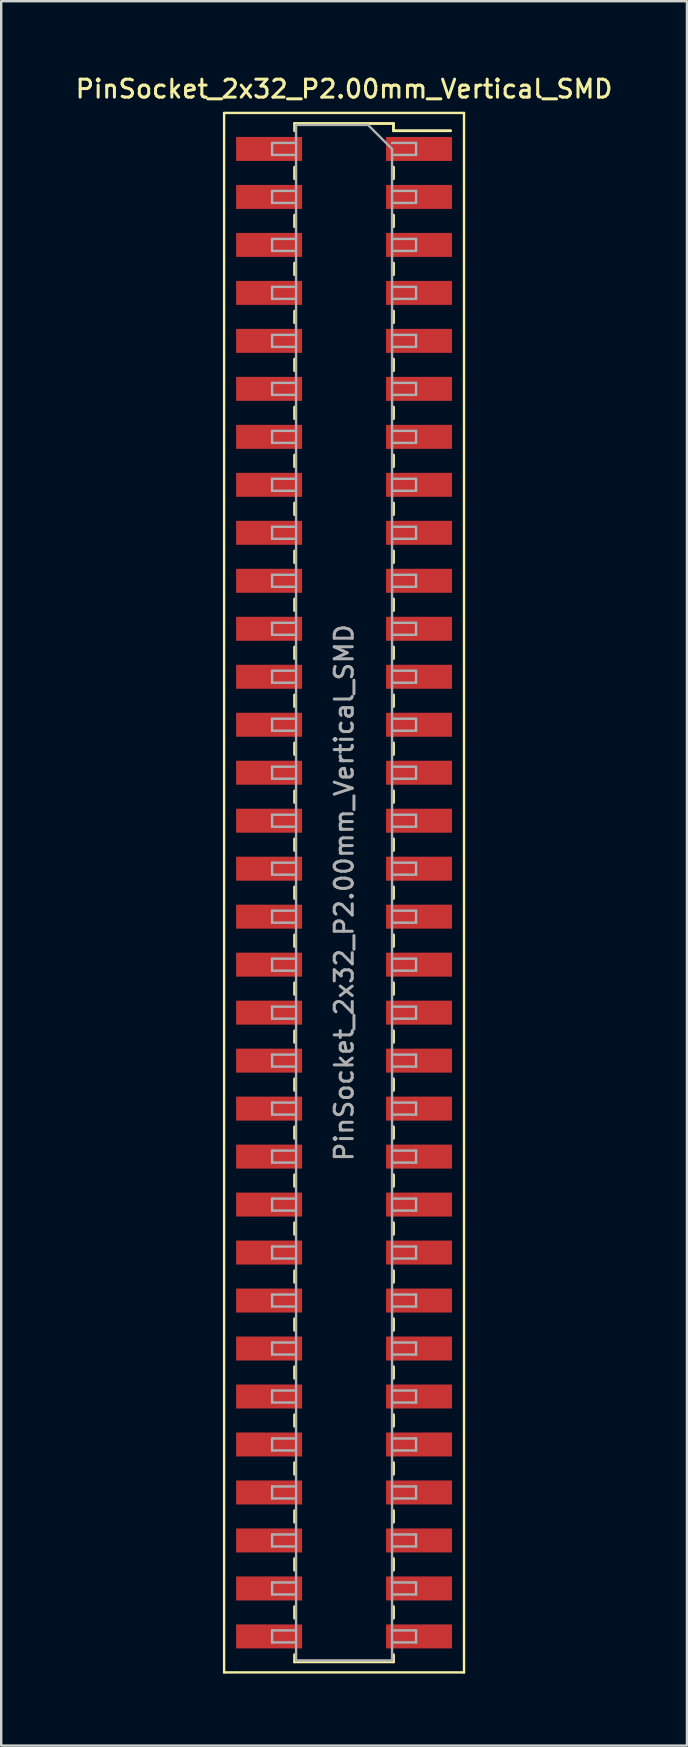
<source format=kicad_pcb>
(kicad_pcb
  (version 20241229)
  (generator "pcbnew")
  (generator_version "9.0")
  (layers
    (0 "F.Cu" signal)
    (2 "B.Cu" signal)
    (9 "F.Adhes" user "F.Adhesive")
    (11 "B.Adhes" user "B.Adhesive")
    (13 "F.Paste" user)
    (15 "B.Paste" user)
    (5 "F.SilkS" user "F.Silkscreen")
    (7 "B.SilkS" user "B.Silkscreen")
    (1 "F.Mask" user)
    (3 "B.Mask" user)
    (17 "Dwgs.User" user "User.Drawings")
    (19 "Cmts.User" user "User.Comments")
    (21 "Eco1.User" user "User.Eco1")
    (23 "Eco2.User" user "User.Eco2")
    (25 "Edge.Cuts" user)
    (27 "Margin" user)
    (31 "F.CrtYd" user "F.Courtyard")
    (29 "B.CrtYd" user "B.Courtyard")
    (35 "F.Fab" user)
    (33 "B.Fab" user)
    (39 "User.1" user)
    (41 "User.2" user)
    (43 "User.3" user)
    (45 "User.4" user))
  (footprint "PinSocket_2x32_P2.00mm_Vertical_SMD"
    (layer "F.Cu")
    (at 11.291 34.158)
    (property "Reference" "PinSocket_2x32_P2.00mm_Vertical_SMD" (at 0 -33.5 0) (layer "F.SilkS") (effects (font (size 0.75 0.75) (thickness 0.125))))
    (attr smd)
    (fp_line (start -5 -32.5) (end 5 -32.5) (stroke (width 0.1) (type solid)) (layer "F.SilkS"))
    (fp_line (start -5 32.5) (end -5 -32.5) (stroke (width 0.1) (type solid)) (layer "F.SilkS"))
    (fp_line (start -2.06 -32.06) (end -2.06 -31.76) (stroke (width 0.12) (type solid)) (layer "F.SilkS"))
    (fp_line (start -2.06 -32.06) (end 2.06 -32.06) (stroke (width 0.12) (type solid)) (layer "F.SilkS"))
    (fp_line (start -2.06 -30.24) (end -2.06 -29.76) (stroke (width 0.12) (type solid)) (layer "F.SilkS"))
    (fp_line (start -2.06 -28.24) (end -2.06 -27.76) (stroke (width 0.12) (type solid)) (layer "F.SilkS"))
    (fp_line (start -2.06 -26.24) (end -2.06 -25.76) (stroke (width 0.12) (type solid)) (layer "F.SilkS"))
    (fp_line (start -2.06 -24.24) (end -2.06 -23.76) (stroke (width 0.12) (type solid)) (layer "F.SilkS"))
    (fp_line (start -2.06 -22.24) (end -2.06 -21.76) (stroke (width 0.12) (type solid)) (layer "F.SilkS"))
    (fp_line (start -2.06 -20.24) (end -2.06 -19.76) (stroke (width 0.12) (type solid)) (layer "F.SilkS"))
    (fp_line (start -2.06 -18.24) (end -2.06 -17.76) (stroke (width 0.12) (type solid)) (layer "F.SilkS"))
    (fp_line (start -2.06 -16.24) (end -2.06 -15.76) (stroke (width 0.12) (type solid)) (layer "F.SilkS"))
    (fp_line (start -2.06 -14.24) (end -2.06 -13.76) (stroke (width 0.12) (type solid)) (layer "F.SilkS"))
    (fp_line (start -2.06 -12.24) (end -2.06 -11.76) (stroke (width 0.12) (type solid)) (layer "F.SilkS"))
    (fp_line (start -2.06 -10.24) (end -2.06 -9.76) (stroke (width 0.12) (type solid)) (layer "F.SilkS"))
    (fp_line (start -2.06 -8.24) (end -2.06 -7.76) (stroke (width 0.12) (type solid)) (layer "F.SilkS"))
    (fp_line (start -2.06 -6.24) (end -2.06 -5.76) (stroke (width 0.12) (type solid)) (layer "F.SilkS"))
    (fp_line (start -2.06 -4.24) (end -2.06 -3.76) (stroke (width 0.12) (type solid)) (layer "F.SilkS"))
    (fp_line (start -2.06 -2.24) (end -2.06 -1.76) (stroke (width 0.12) (type solid)) (layer "F.SilkS"))
    (fp_line (start -2.06 -0.24) (end -2.06 0.24) (stroke (width 0.12) (type solid)) (layer "F.SilkS"))
    (fp_line (start -2.06 1.76) (end -2.06 2.24) (stroke (width 0.12) (type solid)) (layer "F.SilkS"))
    (fp_line (start -2.06 3.76) (end -2.06 4.24) (stroke (width 0.12) (type solid)) (layer "F.SilkS"))
    (fp_line (start -2.06 5.76) (end -2.06 6.24) (stroke (width 0.12) (type solid)) (layer "F.SilkS"))
    (fp_line (start -2.06 7.76) (end -2.06 8.24) (stroke (width 0.12) (type solid)) (layer "F.SilkS"))
    (fp_line (start -2.06 9.76) (end -2.06 10.24) (stroke (width 0.12) (type solid)) (layer "F.SilkS"))
    (fp_line (start -2.06 11.76) (end -2.06 12.24) (stroke (width 0.12) (type solid)) (layer "F.SilkS"))
    (fp_line (start -2.06 13.76) (end -2.06 14.24) (stroke (width 0.12) (type solid)) (layer "F.SilkS"))
    (fp_line (start -2.06 15.76) (end -2.06 16.24) (stroke (width 0.12) (type solid)) (layer "F.SilkS"))
    (fp_line (start -2.06 17.76) (end -2.06 18.24) (stroke (width 0.12) (type solid)) (layer "F.SilkS"))
    (fp_line (start -2.06 19.76) (end -2.06 20.24) (stroke (width 0.12) (type solid)) (layer "F.SilkS"))
    (fp_line (start -2.06 21.76) (end -2.06 22.24) (stroke (width 0.12) (type solid)) (layer "F.SilkS"))
    (fp_line (start -2.06 23.76) (end -2.06 24.24) (stroke (width 0.12) (type solid)) (layer "F.SilkS"))
    (fp_line (start -2.06 25.76) (end -2.06 26.24) (stroke (width 0.12) (type solid)) (layer "F.SilkS"))
    (fp_line (start -2.06 27.76) (end -2.06 28.24) (stroke (width 0.12) (type solid)) (layer "F.SilkS"))
    (fp_line (start -2.06 29.76) (end -2.06 30.24) (stroke (width 0.12) (type solid)) (layer "F.SilkS"))
    (fp_line (start -2.06 31.76) (end -2.06 32.06) (stroke (width 0.12) (type solid)) (layer "F.SilkS"))
    (fp_line (start -2.06 32.06) (end 2.06 32.06) (stroke (width 0.12) (type solid)) (layer "F.SilkS"))
    (fp_line (start 2.06 -32.06) (end 2.06 -31.76) (stroke (width 0.12) (type solid)) (layer "F.SilkS"))
    (fp_line (start 2.06 -31.76) (end 4.44 -31.76) (stroke (width 0.12) (type solid)) (layer "F.SilkS"))
    (fp_line (start 2.06 -30.24) (end 2.06 -29.76) (stroke (width 0.12) (type solid)) (layer "F.SilkS"))
    (fp_line (start 2.06 -28.24) (end 2.06 -27.76) (stroke (width 0.12) (type solid)) (layer "F.SilkS"))
    (fp_line (start 2.06 -26.24) (end 2.06 -25.76) (stroke (width 0.12) (type solid)) (layer "F.SilkS"))
    (fp_line (start 2.06 -24.24) (end 2.06 -23.76) (stroke (width 0.12) (type solid)) (layer "F.SilkS"))
    (fp_line (start 2.06 -22.24) (end 2.06 -21.76) (stroke (width 0.12) (type solid)) (layer "F.SilkS"))
    (fp_line (start 2.06 -20.24) (end 2.06 -19.76) (stroke (width 0.12) (type solid)) (layer "F.SilkS"))
    (fp_line (start 2.06 -18.24) (end 2.06 -17.76) (stroke (width 0.12) (type solid)) (layer "F.SilkS"))
    (fp_line (start 2.06 -16.24) (end 2.06 -15.76) (stroke (width 0.12) (type solid)) (layer "F.SilkS"))
    (fp_line (start 2.06 -14.24) (end 2.06 -13.76) (stroke (width 0.12) (type solid)) (layer "F.SilkS"))
    (fp_line (start 2.06 -12.24) (end 2.06 -11.76) (stroke (width 0.12) (type solid)) (layer "F.SilkS"))
    (fp_line (start 2.06 -10.24) (end 2.06 -9.76) (stroke (width 0.12) (type solid)) (layer "F.SilkS"))
    (fp_line (start 2.06 -8.24) (end 2.06 -7.76) (stroke (width 0.12) (type solid)) (layer "F.SilkS"))
    (fp_line (start 2.06 -6.24) (end 2.06 -5.76) (stroke (width 0.12) (type solid)) (layer "F.SilkS"))
    (fp_line (start 2.06 -4.24) (end 2.06 -3.76) (stroke (width 0.12) (type solid)) (layer "F.SilkS"))
    (fp_line (start 2.06 -2.24) (end 2.06 -1.76) (stroke (width 0.12) (type solid)) (layer "F.SilkS"))
    (fp_line (start 2.06 -0.24) (end 2.06 0.24) (stroke (width 0.12) (type solid)) (layer "F.SilkS"))
    (fp_line (start 2.06 1.76) (end 2.06 2.24) (stroke (width 0.12) (type solid)) (layer "F.SilkS"))
    (fp_line (start 2.06 3.76) (end 2.06 4.24) (stroke (width 0.12) (type solid)) (layer "F.SilkS"))
    (fp_line (start 2.06 5.76) (end 2.06 6.24) (stroke (width 0.12) (type solid)) (layer "F.SilkS"))
    (fp_line (start 2.06 7.76) (end 2.06 8.24) (stroke (width 0.12) (type solid)) (layer "F.SilkS"))
    (fp_line (start 2.06 9.76) (end 2.06 10.24) (stroke (width 0.12) (type solid)) (layer "F.SilkS"))
    (fp_line (start 2.06 11.76) (end 2.06 12.24) (stroke (width 0.12) (type solid)) (layer "F.SilkS"))
    (fp_line (start 2.06 13.76) (end 2.06 14.24) (stroke (width 0.12) (type solid)) (layer "F.SilkS"))
    (fp_line (start 2.06 15.76) (end 2.06 16.24) (stroke (width 0.12) (type solid)) (layer "F.SilkS"))
    (fp_line (start 2.06 17.76) (end 2.06 18.24) (stroke (width 0.12) (type solid)) (layer "F.SilkS"))
    (fp_line (start 2.06 19.76) (end 2.06 20.24) (stroke (width 0.12) (type solid)) (layer "F.SilkS"))
    (fp_line (start 2.06 21.76) (end 2.06 22.24) (stroke (width 0.12) (type solid)) (layer "F.SilkS"))
    (fp_line (start 2.06 23.76) (end 2.06 24.24) (stroke (width 0.12) (type solid)) (layer "F.SilkS"))
    (fp_line (start 2.06 25.76) (end 2.06 26.24) (stroke (width 0.12) (type solid)) (layer "F.SilkS"))
    (fp_line (start 2.06 27.76) (end 2.06 28.24) (stroke (width 0.12) (type solid)) (layer "F.SilkS"))
    (fp_line (start 2.06 29.76) (end 2.06 30.24) (stroke (width 0.12) (type solid)) (layer "F.SilkS"))
    (fp_line (start 2.06 31.76) (end 2.06 32.06) (stroke (width 0.12) (type solid)) (layer "F.SilkS"))
    (fp_line (start 5 -32.5) (end 5 32.5) (stroke (width 0.1) (type solid)) (layer "F.SilkS"))
    (fp_line (start 5 32.5) (end -5 32.5) (stroke (width 0.1) (type solid)) (layer "F.SilkS"))
    (fp_line (start -3 -31.25) (end -2 -31.25) (stroke (width 0.1) (type solid)) (layer "F.Fab"))
    (fp_line (start -3 -30.75) (end -3 -31.25) (stroke (width 0.1) (type solid)) (layer "F.Fab"))
    (fp_line (start -3 -29.25) (end -2 -29.25) (stroke (width 0.1) (type solid)) (layer "F.Fab"))
    (fp_line (start -3 -28.75) (end -3 -29.25) (stroke (width 0.1) (type solid)) (layer "F.Fab"))
    (fp_line (start -3 -27.25) (end -2 -27.25) (stroke (width 0.1) (type solid)) (layer "F.Fab"))
    (fp_line (start -3 -26.75) (end -3 -27.25) (stroke (width 0.1) (type solid)) (layer "F.Fab"))
    (fp_line (start -3 -25.25) (end -2 -25.25) (stroke (width 0.1) (type solid)) (layer "F.Fab"))
    (fp_line (start -3 -24.75) (end -3 -25.25) (stroke (width 0.1) (type solid)) (layer "F.Fab"))
    (fp_line (start -3 -23.25) (end -2 -23.25) (stroke (width 0.1) (type solid)) (layer "F.Fab"))
    (fp_line (start -3 -22.75) (end -3 -23.25) (stroke (width 0.1) (type solid)) (layer "F.Fab"))
    (fp_line (start -3 -21.25) (end -2 -21.25) (stroke (width 0.1) (type solid)) (layer "F.Fab"))
    (fp_line (start -3 -20.75) (end -3 -21.25) (stroke (width 0.1) (type solid)) (layer "F.Fab"))
    (fp_line (start -3 -19.25) (end -2 -19.25) (stroke (width 0.1) (type solid)) (layer "F.Fab"))
    (fp_line (start -3 -18.75) (end -3 -19.25) (stroke (width 0.1) (type solid)) (layer "F.Fab"))
    (fp_line (start -3 -17.25) (end -2 -17.25) (stroke (width 0.1) (type solid)) (layer "F.Fab"))
    (fp_line (start -3 -16.75) (end -3 -17.25) (stroke (width 0.1) (type solid)) (layer "F.Fab"))
    (fp_line (start -3 -15.25) (end -2 -15.25) (stroke (width 0.1) (type solid)) (layer "F.Fab"))
    (fp_line (start -3 -14.75) (end -3 -15.25) (stroke (width 0.1) (type solid)) (layer "F.Fab"))
    (fp_line (start -3 -13.25) (end -2 -13.25) (stroke (width 0.1) (type solid)) (layer "F.Fab"))
    (fp_line (start -3 -12.75) (end -3 -13.25) (stroke (width 0.1) (type solid)) (layer "F.Fab"))
    (fp_line (start -3 -11.25) (end -2 -11.25) (stroke (width 0.1) (type solid)) (layer "F.Fab"))
    (fp_line (start -3 -10.75) (end -3 -11.25) (stroke (width 0.1) (type solid)) (layer "F.Fab"))
    (fp_line (start -3 -9.25) (end -2 -9.25) (stroke (width 0.1) (type solid)) (layer "F.Fab"))
    (fp_line (start -3 -8.75) (end -3 -9.25) (stroke (width 0.1) (type solid)) (layer "F.Fab"))
    (fp_line (start -3 -7.25) (end -2 -7.25) (stroke (width 0.1) (type solid)) (layer "F.Fab"))
    (fp_line (start -3 -6.75) (end -3 -7.25) (stroke (width 0.1) (type solid)) (layer "F.Fab"))
    (fp_line (start -3 -5.25) (end -2 -5.25) (stroke (width 0.1) (type solid)) (layer "F.Fab"))
    (fp_line (start -3 -4.75) (end -3 -5.25) (stroke (width 0.1) (type solid)) (layer "F.Fab"))
    (fp_line (start -3 -3.25) (end -2 -3.25) (stroke (width 0.1) (type solid)) (layer "F.Fab"))
    (fp_line (start -3 -2.75) (end -3 -3.25) (stroke (width 0.1) (type solid)) (layer "F.Fab"))
    (fp_line (start -3 -1.25) (end -2 -1.25) (stroke (width 0.1) (type solid)) (layer "F.Fab"))
    (fp_line (start -3 -0.75) (end -3 -1.25) (stroke (width 0.1) (type solid)) (layer "F.Fab"))
    (fp_line (start -3 0.75) (end -2 0.75) (stroke (width 0.1) (type solid)) (layer "F.Fab"))
    (fp_line (start -3 1.25) (end -3 0.75) (stroke (width 0.1) (type solid)) (layer "F.Fab"))
    (fp_line (start -3 2.75) (end -2 2.75) (stroke (width 0.1) (type solid)) (layer "F.Fab"))
    (fp_line (start -3 3.25) (end -3 2.75) (stroke (width 0.1) (type solid)) (layer "F.Fab"))
    (fp_line (start -3 4.75) (end -2 4.75) (stroke (width 0.1) (type solid)) (layer "F.Fab"))
    (fp_line (start -3 5.25) (end -3 4.75) (stroke (width 0.1) (type solid)) (layer "F.Fab"))
    (fp_line (start -3 6.75) (end -2 6.75) (stroke (width 0.1) (type solid)) (layer "F.Fab"))
    (fp_line (start -3 7.25) (end -3 6.75) (stroke (width 0.1) (type solid)) (layer "F.Fab"))
    (fp_line (start -3 8.75) (end -2 8.75) (stroke (width 0.1) (type solid)) (layer "F.Fab"))
    (fp_line (start -3 9.25) (end -3 8.75) (stroke (width 0.1) (type solid)) (layer "F.Fab"))
    (fp_line (start -3 10.75) (end -2 10.75) (stroke (width 0.1) (type solid)) (layer "F.Fab"))
    (fp_line (start -3 11.25) (end -3 10.75) (stroke (width 0.1) (type solid)) (layer "F.Fab"))
    (fp_line (start -3 12.75) (end -2 12.75) (stroke (width 0.1) (type solid)) (layer "F.Fab"))
    (fp_line (start -3 13.25) (end -3 12.75) (stroke (width 0.1) (type solid)) (layer "F.Fab"))
    (fp_line (start -3 14.75) (end -2 14.75) (stroke (width 0.1) (type solid)) (layer "F.Fab"))
    (fp_line (start -3 15.25) (end -3 14.75) (stroke (width 0.1) (type solid)) (layer "F.Fab"))
    (fp_line (start -3 16.75) (end -2 16.75) (stroke (width 0.1) (type solid)) (layer "F.Fab"))
    (fp_line (start -3 17.25) (end -3 16.75) (stroke (width 0.1) (type solid)) (layer "F.Fab"))
    (fp_line (start -3 18.75) (end -2 18.75) (stroke (width 0.1) (type solid)) (layer "F.Fab"))
    (fp_line (start -3 19.25) (end -3 18.75) (stroke (width 0.1) (type solid)) (layer "F.Fab"))
    (fp_line (start -3 20.75) (end -2 20.75) (stroke (width 0.1) (type solid)) (layer "F.Fab"))
    (fp_line (start -3 21.25) (end -3 20.75) (stroke (width 0.1) (type solid)) (layer "F.Fab"))
    (fp_line (start -3 22.75) (end -2 22.75) (stroke (width 0.1) (type solid)) (layer "F.Fab"))
    (fp_line (start -3 23.25) (end -3 22.75) (stroke (width 0.1) (type solid)) (layer "F.Fab"))
    (fp_line (start -3 24.75) (end -2 24.75) (stroke (width 0.1) (type solid)) (layer "F.Fab"))
    (fp_line (start -3 25.25) (end -3 24.75) (stroke (width 0.1) (type solid)) (layer "F.Fab"))
    (fp_line (start -3 26.75) (end -2 26.75) (stroke (width 0.1) (type solid)) (layer "F.Fab"))
    (fp_line (start -3 27.25) (end -3 26.75) (stroke (width 0.1) (type solid)) (layer "F.Fab"))
    (fp_line (start -3 28.75) (end -2 28.75) (stroke (width 0.1) (type solid)) (layer "F.Fab"))
    (fp_line (start -3 29.25) (end -3 28.75) (stroke (width 0.1) (type solid)) (layer "F.Fab"))
    (fp_line (start -3 30.75) (end -2 30.75) (stroke (width 0.1) (type solid)) (layer "F.Fab"))
    (fp_line (start -3 31.25) (end -3 30.75) (stroke (width 0.1) (type solid)) (layer "F.Fab"))
    (fp_line (start -2 -32) (end 1 -32) (stroke (width 0.1) (type solid)) (layer "F.Fab"))
    (fp_line (start -2 -30.75) (end -3 -30.75) (stroke (width 0.1) (type solid)) (layer "F.Fab"))
    (fp_line (start -2 -28.75) (end -3 -28.75) (stroke (width 0.1) (type solid)) (layer "F.Fab"))
    (fp_line (start -2 -26.75) (end -3 -26.75) (stroke (width 0.1) (type solid)) (layer "F.Fab"))
    (fp_line (start -2 -24.75) (end -3 -24.75) (stroke (width 0.1) (type solid)) (layer "F.Fab"))
    (fp_line (start -2 -22.75) (end -3 -22.75) (stroke (width 0.1) (type solid)) (layer "F.Fab"))
    (fp_line (start -2 -20.75) (end -3 -20.75) (stroke (width 0.1) (type solid)) (layer "F.Fab"))
    (fp_line (start -2 -18.75) (end -3 -18.75) (stroke (width 0.1) (type solid)) (layer "F.Fab"))
    (fp_line (start -2 -16.75) (end -3 -16.75) (stroke (width 0.1) (type solid)) (layer "F.Fab"))
    (fp_line (start -2 -14.75) (end -3 -14.75) (stroke (width 0.1) (type solid)) (layer "F.Fab"))
    (fp_line (start -2 -12.75) (end -3 -12.75) (stroke (width 0.1) (type solid)) (layer "F.Fab"))
    (fp_line (start -2 -10.75) (end -3 -10.75) (stroke (width 0.1) (type solid)) (layer "F.Fab"))
    (fp_line (start -2 -8.75) (end -3 -8.75) (stroke (width 0.1) (type solid)) (layer "F.Fab"))
    (fp_line (start -2 -6.75) (end -3 -6.75) (stroke (width 0.1) (type solid)) (layer "F.Fab"))
    (fp_line (start -2 -4.75) (end -3 -4.75) (stroke (width 0.1) (type solid)) (layer "F.Fab"))
    (fp_line (start -2 -2.75) (end -3 -2.75) (stroke (width 0.1) (type solid)) (layer "F.Fab"))
    (fp_line (start -2 -0.75) (end -3 -0.75) (stroke (width 0.1) (type solid)) (layer "F.Fab"))
    (fp_line (start -2 1.25) (end -3 1.25) (stroke (width 0.1) (type solid)) (layer "F.Fab"))
    (fp_line (start -2 3.25) (end -3 3.25) (stroke (width 0.1) (type solid)) (layer "F.Fab"))
    (fp_line (start -2 5.25) (end -3 5.25) (stroke (width 0.1) (type solid)) (layer "F.Fab"))
    (fp_line (start -2 7.25) (end -3 7.25) (stroke (width 0.1) (type solid)) (layer "F.Fab"))
    (fp_line (start -2 9.25) (end -3 9.25) (stroke (width 0.1) (type solid)) (layer "F.Fab"))
    (fp_line (start -2 11.25) (end -3 11.25) (stroke (width 0.1) (type solid)) (layer "F.Fab"))
    (fp_line (start -2 13.25) (end -3 13.25) (stroke (width 0.1) (type solid)) (layer "F.Fab"))
    (fp_line (start -2 15.25) (end -3 15.25) (stroke (width 0.1) (type solid)) (layer "F.Fab"))
    (fp_line (start -2 17.25) (end -3 17.25) (stroke (width 0.1) (type solid)) (layer "F.Fab"))
    (fp_line (start -2 19.25) (end -3 19.25) (stroke (width 0.1) (type solid)) (layer "F.Fab"))
    (fp_line (start -2 21.25) (end -3 21.25) (stroke (width 0.1) (type solid)) (layer "F.Fab"))
    (fp_line (start -2 23.25) (end -3 23.25) (stroke (width 0.1) (type solid)) (layer "F.Fab"))
    (fp_line (start -2 25.25) (end -3 25.25) (stroke (width 0.1) (type solid)) (layer "F.Fab"))
    (fp_line (start -2 27.25) (end -3 27.25) (stroke (width 0.1) (type solid)) (layer "F.Fab"))
    (fp_line (start -2 29.25) (end -3 29.25) (stroke (width 0.1) (type solid)) (layer "F.Fab"))
    (fp_line (start -2 31.25) (end -3 31.25) (stroke (width 0.1) (type solid)) (layer "F.Fab"))
    (fp_line (start -2 32) (end -2 -32) (stroke (width 0.1) (type solid)) (layer "F.Fab"))
    (fp_line (start 1 -32) (end 2 -31) (stroke (width 0.1) (type solid)) (layer "F.Fab"))
    (fp_line (start 2 -31.25) (end 3 -31.25) (stroke (width 0.1) (type solid)) (layer "F.Fab"))
    (fp_line (start 2 -31) (end 2 32) (stroke (width 0.1) (type solid)) (layer "F.Fab"))
    (fp_line (start 2 -29.25) (end 3 -29.25) (stroke (width 0.1) (type solid)) (layer "F.Fab"))
    (fp_line (start 2 -27.25) (end 3 -27.25) (stroke (width 0.1) (type solid)) (layer "F.Fab"))
    (fp_line (start 2 -25.25) (end 3 -25.25) (stroke (width 0.1) (type solid)) (layer "F.Fab"))
    (fp_line (start 2 -23.25) (end 3 -23.25) (stroke (width 0.1) (type solid)) (layer "F.Fab"))
    (fp_line (start 2 -21.25) (end 3 -21.25) (stroke (width 0.1) (type solid)) (layer "F.Fab"))
    (fp_line (start 2 -19.25) (end 3 -19.25) (stroke (width 0.1) (type solid)) (layer "F.Fab"))
    (fp_line (start 2 -17.25) (end 3 -17.25) (stroke (width 0.1) (type solid)) (layer "F.Fab"))
    (fp_line (start 2 -15.25) (end 3 -15.25) (stroke (width 0.1) (type solid)) (layer "F.Fab"))
    (fp_line (start 2 -13.25) (end 3 -13.25) (stroke (width 0.1) (type solid)) (layer "F.Fab"))
    (fp_line (start 2 -11.25) (end 3 -11.25) (stroke (width 0.1) (type solid)) (layer "F.Fab"))
    (fp_line (start 2 -9.25) (end 3 -9.25) (stroke (width 0.1) (type solid)) (layer "F.Fab"))
    (fp_line (start 2 -7.25) (end 3 -7.25) (stroke (width 0.1) (type solid)) (layer "F.Fab"))
    (fp_line (start 2 -5.25) (end 3 -5.25) (stroke (width 0.1) (type solid)) (layer "F.Fab"))
    (fp_line (start 2 -3.25) (end 3 -3.25) (stroke (width 0.1) (type solid)) (layer "F.Fab"))
    (fp_line (start 2 -1.25) (end 3 -1.25) (stroke (width 0.1) (type solid)) (layer "F.Fab"))
    (fp_line (start 2 0.75) (end 3 0.75) (stroke (width 0.1) (type solid)) (layer "F.Fab"))
    (fp_line (start 2 2.75) (end 3 2.75) (stroke (width 0.1) (type solid)) (layer "F.Fab"))
    (fp_line (start 2 4.75) (end 3 4.75) (stroke (width 0.1) (type solid)) (layer "F.Fab"))
    (fp_line (start 2 6.75) (end 3 6.75) (stroke (width 0.1) (type solid)) (layer "F.Fab"))
    (fp_line (start 2 8.75) (end 3 8.75) (stroke (width 0.1) (type solid)) (layer "F.Fab"))
    (fp_line (start 2 10.75) (end 3 10.75) (stroke (width 0.1) (type solid)) (layer "F.Fab"))
    (fp_line (start 2 12.75) (end 3 12.75) (stroke (width 0.1) (type solid)) (layer "F.Fab"))
    (fp_line (start 2 14.75) (end 3 14.75) (stroke (width 0.1) (type solid)) (layer "F.Fab"))
    (fp_line (start 2 16.75) (end 3 16.75) (stroke (width 0.1) (type solid)) (layer "F.Fab"))
    (fp_line (start 2 18.75) (end 3 18.75) (stroke (width 0.1) (type solid)) (layer "F.Fab"))
    (fp_line (start 2 20.75) (end 3 20.75) (stroke (width 0.1) (type solid)) (layer "F.Fab"))
    (fp_line (start 2 22.75) (end 3 22.75) (stroke (width 0.1) (type solid)) (layer "F.Fab"))
    (fp_line (start 2 24.75) (end 3 24.75) (stroke (width 0.1) (type solid)) (layer "F.Fab"))
    (fp_line (start 2 26.75) (end 3 26.75) (stroke (width 0.1) (type solid)) (layer "F.Fab"))
    (fp_line (start 2 28.75) (end 3 28.75) (stroke (width 0.1) (type solid)) (layer "F.Fab"))
    (fp_line (start 2 30.75) (end 3 30.75) (stroke (width 0.1) (type solid)) (layer "F.Fab"))
    (fp_line (start 2 32) (end -2 32) (stroke (width 0.1) (type solid)) (layer "F.Fab"))
    (fp_line (start 3 -31.25) (end 3 -30.75) (stroke (width 0.1) (type solid)) (layer "F.Fab"))
    (fp_line (start 3 -30.75) (end 2 -30.75) (stroke (width 0.1) (type solid)) (layer "F.Fab"))
    (fp_line (start 3 -29.25) (end 3 -28.75) (stroke (width 0.1) (type solid)) (layer "F.Fab"))
    (fp_line (start 3 -28.75) (end 2 -28.75) (stroke (width 0.1) (type solid)) (layer "F.Fab"))
    (fp_line (start 3 -27.25) (end 3 -26.75) (stroke (width 0.1) (type solid)) (layer "F.Fab"))
    (fp_line (start 3 -26.75) (end 2 -26.75) (stroke (width 0.1) (type solid)) (layer "F.Fab"))
    (fp_line (start 3 -25.25) (end 3 -24.75) (stroke (width 0.1) (type solid)) (layer "F.Fab"))
    (fp_line (start 3 -24.75) (end 2 -24.75) (stroke (width 0.1) (type solid)) (layer "F.Fab"))
    (fp_line (start 3 -23.25) (end 3 -22.75) (stroke (width 0.1) (type solid)) (layer "F.Fab"))
    (fp_line (start 3 -22.75) (end 2 -22.75) (stroke (width 0.1) (type solid)) (layer "F.Fab"))
    (fp_line (start 3 -21.25) (end 3 -20.75) (stroke (width 0.1) (type solid)) (layer "F.Fab"))
    (fp_line (start 3 -20.75) (end 2 -20.75) (stroke (width 0.1) (type solid)) (layer "F.Fab"))
    (fp_line (start 3 -19.25) (end 3 -18.75) (stroke (width 0.1) (type solid)) (layer "F.Fab"))
    (fp_line (start 3 -18.75) (end 2 -18.75) (stroke (width 0.1) (type solid)) (layer "F.Fab"))
    (fp_line (start 3 -17.25) (end 3 -16.75) (stroke (width 0.1) (type solid)) (layer "F.Fab"))
    (fp_line (start 3 -16.75) (end 2 -16.75) (stroke (width 0.1) (type solid)) (layer "F.Fab"))
    (fp_line (start 3 -15.25) (end 3 -14.75) (stroke (width 0.1) (type solid)) (layer "F.Fab"))
    (fp_line (start 3 -14.75) (end 2 -14.75) (stroke (width 0.1) (type solid)) (layer "F.Fab"))
    (fp_line (start 3 -13.25) (end 3 -12.75) (stroke (width 0.1) (type solid)) (layer "F.Fab"))
    (fp_line (start 3 -12.75) (end 2 -12.75) (stroke (width 0.1) (type solid)) (layer "F.Fab"))
    (fp_line (start 3 -11.25) (end 3 -10.75) (stroke (width 0.1) (type solid)) (layer "F.Fab"))
    (fp_line (start 3 -10.75) (end 2 -10.75) (stroke (width 0.1) (type solid)) (layer "F.Fab"))
    (fp_line (start 3 -9.25) (end 3 -8.75) (stroke (width 0.1) (type solid)) (layer "F.Fab"))
    (fp_line (start 3 -8.75) (end 2 -8.75) (stroke (width 0.1) (type solid)) (layer "F.Fab"))
    (fp_line (start 3 -7.25) (end 3 -6.75) (stroke (width 0.1) (type solid)) (layer "F.Fab"))
    (fp_line (start 3 -6.75) (end 2 -6.75) (stroke (width 0.1) (type solid)) (layer "F.Fab"))
    (fp_line (start 3 -5.25) (end 3 -4.75) (stroke (width 0.1) (type solid)) (layer "F.Fab"))
    (fp_line (start 3 -4.75) (end 2 -4.75) (stroke (width 0.1) (type solid)) (layer "F.Fab"))
    (fp_line (start 3 -3.25) (end 3 -2.75) (stroke (width 0.1) (type solid)) (layer "F.Fab"))
    (fp_line (start 3 -2.75) (end 2 -2.75) (stroke (width 0.1) (type solid)) (layer "F.Fab"))
    (fp_line (start 3 -1.25) (end 3 -0.75) (stroke (width 0.1) (type solid)) (layer "F.Fab"))
    (fp_line (start 3 -0.75) (end 2 -0.75) (stroke (width 0.1) (type solid)) (layer "F.Fab"))
    (fp_line (start 3 0.75) (end 3 1.25) (stroke (width 0.1) (type solid)) (layer "F.Fab"))
    (fp_line (start 3 1.25) (end 2 1.25) (stroke (width 0.1) (type solid)) (layer "F.Fab"))
    (fp_line (start 3 2.75) (end 3 3.25) (stroke (width 0.1) (type solid)) (layer "F.Fab"))
    (fp_line (start 3 3.25) (end 2 3.25) (stroke (width 0.1) (type solid)) (layer "F.Fab"))
    (fp_line (start 3 4.75) (end 3 5.25) (stroke (width 0.1) (type solid)) (layer "F.Fab"))
    (fp_line (start 3 5.25) (end 2 5.25) (stroke (width 0.1) (type solid)) (layer "F.Fab"))
    (fp_line (start 3 6.75) (end 3 7.25) (stroke (width 0.1) (type solid)) (layer "F.Fab"))
    (fp_line (start 3 7.25) (end 2 7.25) (stroke (width 0.1) (type solid)) (layer "F.Fab"))
    (fp_line (start 3 8.75) (end 3 9.25) (stroke (width 0.1) (type solid)) (layer "F.Fab"))
    (fp_line (start 3 9.25) (end 2 9.25) (stroke (width 0.1) (type solid)) (layer "F.Fab"))
    (fp_line (start 3 10.75) (end 3 11.25) (stroke (width 0.1) (type solid)) (layer "F.Fab"))
    (fp_line (start 3 11.25) (end 2 11.25) (stroke (width 0.1) (type solid)) (layer "F.Fab"))
    (fp_line (start 3 12.75) (end 3 13.25) (stroke (width 0.1) (type solid)) (layer "F.Fab"))
    (fp_line (start 3 13.25) (end 2 13.25) (stroke (width 0.1) (type solid)) (layer "F.Fab"))
    (fp_line (start 3 14.75) (end 3 15.25) (stroke (width 0.1) (type solid)) (layer "F.Fab"))
    (fp_line (start 3 15.25) (end 2 15.25) (stroke (width 0.1) (type solid)) (layer "F.Fab"))
    (fp_line (start 3 16.75) (end 3 17.25) (stroke (width 0.1) (type solid)) (layer "F.Fab"))
    (fp_line (start 3 17.25) (end 2 17.25) (stroke (width 0.1) (type solid)) (layer "F.Fab"))
    (fp_line (start 3 18.75) (end 3 19.25) (stroke (width 0.1) (type solid)) (layer "F.Fab"))
    (fp_line (start 3 19.25) (end 2 19.25) (stroke (width 0.1) (type solid)) (layer "F.Fab"))
    (fp_line (start 3 20.75) (end 3 21.25) (stroke (width 0.1) (type solid)) (layer "F.Fab"))
    (fp_line (start 3 21.25) (end 2 21.25) (stroke (width 0.1) (type solid)) (layer "F.Fab"))
    (fp_line (start 3 22.75) (end 3 23.25) (stroke (width 0.1) (type solid)) (layer "F.Fab"))
    (fp_line (start 3 23.25) (end 2 23.25) (stroke (width 0.1) (type solid)) (layer "F.Fab"))
    (fp_line (start 3 24.75) (end 3 25.25) (stroke (width 0.1) (type solid)) (layer "F.Fab"))
    (fp_line (start 3 25.25) (end 2 25.25) (stroke (width 0.1) (type solid)) (layer "F.Fab"))
    (fp_line (start 3 26.75) (end 3 27.25) (stroke (width 0.1) (type solid)) (layer "F.Fab"))
    (fp_line (start 3 27.25) (end 2 27.25) (stroke (width 0.1) (type solid)) (layer "F.Fab"))
    (fp_line (start 3 28.75) (end 3 29.25) (stroke (width 0.1) (type solid)) (layer "F.Fab"))
    (fp_line (start 3 29.25) (end 2 29.25) (stroke (width 0.1) (type solid)) (layer "F.Fab"))
    (fp_line (start 3 30.75) (end 3 31.25) (stroke (width 0.1) (type solid)) (layer "F.Fab"))
    (fp_line (start 3 31.25) (end 2 31.25) (stroke (width 0.1) (type solid)) (layer "F.Fab"))
    (fp_text user "${REFERENCE}" (at 0 0 90) (layer "F.Fab") (effects (font (size 0.75 0.75) (thickness 0.125))))
    (pad "1" smd rect (at 3.125 -31) (size 2.75 1) (layers "F.Cu" "F.Mask" "F.Paste"))
    (pad "2" smd rect (at -3.125 -31) (size 2.75 1) (layers "F.Cu" "F.Mask" "F.Paste"))
    (pad "3" smd rect (at 3.125 -29) (size 2.75 1) (layers "F.Cu" "F.Mask" "F.Paste"))
    (pad "4" smd rect (at -3.125 -29) (size 2.75 1) (layers "F.Cu" "F.Mask" "F.Paste"))
    (pad "5" smd rect (at 3.125 -27) (size 2.75 1) (layers "F.Cu" "F.Mask" "F.Paste"))
    (pad "6" smd rect (at -3.125 -27) (size 2.75 1) (layers "F.Cu" "F.Mask" "F.Paste"))
    (pad "7" smd rect (at 3.125 -25) (size 2.75 1) (layers "F.Cu" "F.Mask" "F.Paste"))
    (pad "8" smd rect (at -3.125 -25) (size 2.75 1) (layers "F.Cu" "F.Mask" "F.Paste"))
    (pad "9" smd rect (at 3.125 -23) (size 2.75 1) (layers "F.Cu" "F.Mask" "F.Paste"))
    (pad "10" smd rect (at -3.125 -23) (size 2.75 1) (layers "F.Cu" "F.Mask" "F.Paste"))
    (pad "11" smd rect (at 3.125 -21) (size 2.75 1) (layers "F.Cu" "F.Mask" "F.Paste"))
    (pad "12" smd rect (at -3.125 -21) (size 2.75 1) (layers "F.Cu" "F.Mask" "F.Paste"))
    (pad "13" smd rect (at 3.125 -19) (size 2.75 1) (layers "F.Cu" "F.Mask" "F.Paste"))
    (pad "14" smd rect (at -3.125 -19) (size 2.75 1) (layers "F.Cu" "F.Mask" "F.Paste"))
    (pad "15" smd rect (at 3.125 -17) (size 2.75 1) (layers "F.Cu" "F.Mask" "F.Paste"))
    (pad "16" smd rect (at -3.125 -17) (size 2.75 1) (layers "F.Cu" "F.Mask" "F.Paste"))
    (pad "17" smd rect (at 3.125 -15) (size 2.75 1) (layers "F.Cu" "F.Mask" "F.Paste"))
    (pad "18" smd rect (at -3.125 -15) (size 2.75 1) (layers "F.Cu" "F.Mask" "F.Paste"))
    (pad "19" smd rect (at 3.125 -13) (size 2.75 1) (layers "F.Cu" "F.Mask" "F.Paste"))
    (pad "20" smd rect (at -3.125 -13) (size 2.75 1) (layers "F.Cu" "F.Mask" "F.Paste"))
    (pad "21" smd rect (at 3.125 -11) (size 2.75 1) (layers "F.Cu" "F.Mask" "F.Paste"))
    (pad "22" smd rect (at -3.125 -11) (size 2.75 1) (layers "F.Cu" "F.Mask" "F.Paste"))
    (pad "23" smd rect (at 3.125 -9) (size 2.75 1) (layers "F.Cu" "F.Mask" "F.Paste"))
    (pad "24" smd rect (at -3.125 -9) (size 2.75 1) (layers "F.Cu" "F.Mask" "F.Paste"))
    (pad "25" smd rect (at 3.125 -7) (size 2.75 1) (layers "F.Cu" "F.Mask" "F.Paste"))
    (pad "26" smd rect (at -3.125 -7) (size 2.75 1) (layers "F.Cu" "F.Mask" "F.Paste"))
    (pad "27" smd rect (at 3.125 -5) (size 2.75 1) (layers "F.Cu" "F.Mask" "F.Paste"))
    (pad "28" smd rect (at -3.125 -5) (size 2.75 1) (layers "F.Cu" "F.Mask" "F.Paste"))
    (pad "29" smd rect (at 3.125 -3) (size 2.75 1) (layers "F.Cu" "F.Mask" "F.Paste"))
    (pad "30" smd rect (at -3.125 -3) (size 2.75 1) (layers "F.Cu" "F.Mask" "F.Paste"))
    (pad "31" smd rect (at 3.125 -1) (size 2.75 1) (layers "F.Cu" "F.Mask" "F.Paste"))
    (pad "32" smd rect (at -3.125 -1) (size 2.75 1) (layers "F.Cu" "F.Mask" "F.Paste"))
    (pad "33" smd rect (at 3.125 1) (size 2.75 1) (layers "F.Cu" "F.Mask" "F.Paste"))
    (pad "34" smd rect (at -3.125 1) (size 2.75 1) (layers "F.Cu" "F.Mask" "F.Paste"))
    (pad "35" smd rect (at 3.125 3) (size 2.75 1) (layers "F.Cu" "F.Mask" "F.Paste"))
    (pad "36" smd rect (at -3.125 3) (size 2.75 1) (layers "F.Cu" "F.Mask" "F.Paste"))
    (pad "37" smd rect (at 3.125 5) (size 2.75 1) (layers "F.Cu" "F.Mask" "F.Paste"))
    (pad "38" smd rect (at -3.125 5) (size 2.75 1) (layers "F.Cu" "F.Mask" "F.Paste"))
    (pad "39" smd rect (at 3.125 7) (size 2.75 1) (layers "F.Cu" "F.Mask" "F.Paste"))
    (pad "40" smd rect (at -3.125 7) (size 2.75 1) (layers "F.Cu" "F.Mask" "F.Paste"))
    (pad "41" smd rect (at 3.125 9) (size 2.75 1) (layers "F.Cu" "F.Mask" "F.Paste"))
    (pad "42" smd rect (at -3.125 9) (size 2.75 1) (layers "F.Cu" "F.Mask" "F.Paste"))
    (pad "43" smd rect (at 3.125 11) (size 2.75 1) (layers "F.Cu" "F.Mask" "F.Paste"))
    (pad "44" smd rect (at -3.125 11) (size 2.75 1) (layers "F.Cu" "F.Mask" "F.Paste"))
    (pad "45" smd rect (at 3.125 13) (size 2.75 1) (layers "F.Cu" "F.Mask" "F.Paste"))
    (pad "46" smd rect (at -3.125 13) (size 2.75 1) (layers "F.Cu" "F.Mask" "F.Paste"))
    (pad "47" smd rect (at 3.125 15) (size 2.75 1) (layers "F.Cu" "F.Mask" "F.Paste"))
    (pad "48" smd rect (at -3.125 15) (size 2.75 1) (layers "F.Cu" "F.Mask" "F.Paste"))
    (pad "49" smd rect (at 3.125 17) (size 2.75 1) (layers "F.Cu" "F.Mask" "F.Paste"))
    (pad "50" smd rect (at -3.125 17) (size 2.75 1) (layers "F.Cu" "F.Mask" "F.Paste"))
    (pad "51" smd rect (at 3.125 19) (size 2.75 1) (layers "F.Cu" "F.Mask" "F.Paste"))
    (pad "52" smd rect (at -3.125 19) (size 2.75 1) (layers "F.Cu" "F.Mask" "F.Paste"))
    (pad "53" smd rect (at 3.125 21) (size 2.75 1) (layers "F.Cu" "F.Mask" "F.Paste"))
    (pad "54" smd rect (at -3.125 21) (size 2.75 1) (layers "F.Cu" "F.Mask" "F.Paste"))
    (pad "55" smd rect (at 3.125 23) (size 2.75 1) (layers "F.Cu" "F.Mask" "F.Paste"))
    (pad "56" smd rect (at -3.125 23) (size 2.75 1) (layers "F.Cu" "F.Mask" "F.Paste"))
    (pad "57" smd rect (at 3.125 25) (size 2.75 1) (layers "F.Cu" "F.Mask" "F.Paste"))
    (pad "58" smd rect (at -3.125 25) (size 2.75 1) (layers "F.Cu" "F.Mask" "F.Paste"))
    (pad "59" smd rect (at 3.125 27) (size 2.75 1) (layers "F.Cu" "F.Mask" "F.Paste"))
    (pad "60" smd rect (at -3.125 27) (size 2.75 1) (layers "F.Cu" "F.Mask" "F.Paste"))
    (pad "61" smd rect (at 3.125 29) (size 2.75 1) (layers "F.Cu" "F.Mask" "F.Paste"))
    (pad "62" smd rect (at -3.125 29) (size 2.75 1) (layers "F.Cu" "F.Mask" "F.Paste"))
    (pad "63" smd rect (at 3.125 31) (size 2.75 1) (layers "F.Cu" "F.Mask" "F.Paste"))
    (pad "64" smd rect (at -3.125 31) (size 2.75 1) (layers "F.Cu" "F.Mask" "F.Paste")))
  (gr_rect
    (start -3 -3)
    (end 25.582 69.708)
    (stroke (width 0.1) (type default))
    (fill no)
    (layer "Edge.Cuts")))
</source>
